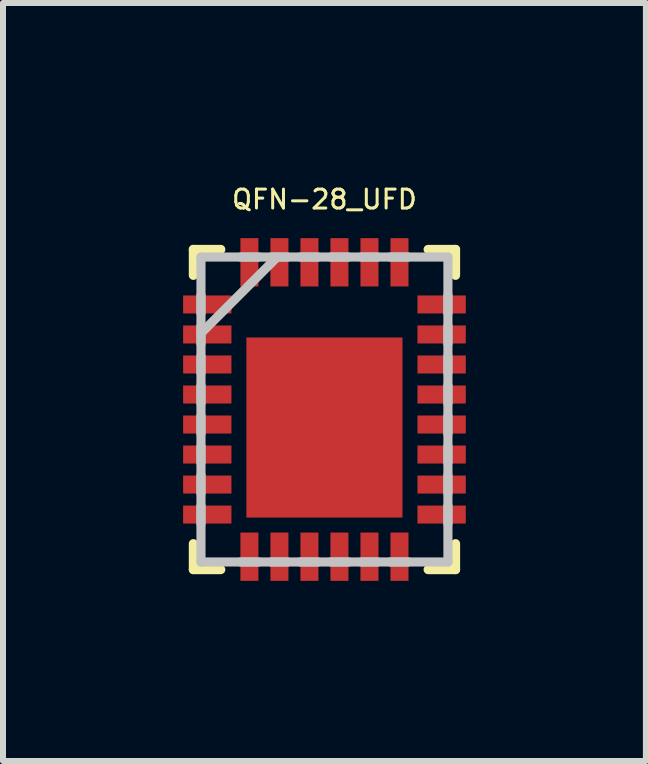
<source format=kicad_pcb>
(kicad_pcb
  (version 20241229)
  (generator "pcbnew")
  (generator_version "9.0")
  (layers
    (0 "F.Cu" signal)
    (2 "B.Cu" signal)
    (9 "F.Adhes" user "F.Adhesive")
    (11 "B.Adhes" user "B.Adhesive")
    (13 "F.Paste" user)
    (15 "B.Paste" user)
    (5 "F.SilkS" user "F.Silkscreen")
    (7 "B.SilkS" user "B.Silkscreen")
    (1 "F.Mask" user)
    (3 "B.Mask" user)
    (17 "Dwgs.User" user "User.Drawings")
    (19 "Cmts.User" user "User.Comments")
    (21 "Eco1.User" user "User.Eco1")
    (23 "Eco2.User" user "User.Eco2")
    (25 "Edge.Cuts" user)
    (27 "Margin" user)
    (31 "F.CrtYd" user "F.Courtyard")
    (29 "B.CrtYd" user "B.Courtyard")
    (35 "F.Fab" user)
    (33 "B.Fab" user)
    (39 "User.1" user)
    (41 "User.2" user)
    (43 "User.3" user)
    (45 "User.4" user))
  (footprint "QFN-28_UFD"
    (layer "F.Cu")
    (at 2.355 3.772)
    (property "Reference" "QFN-28_UFD" (at 0 -3.5 0) (layer "F.SilkS") (effects (font (size 0.315 0.315) (thickness 0.05))))
    (attr smd)
    (fp_line (start -2.184 -2.667) (end -2.184 -2.235) (stroke (width 0.152) (type solid)) (layer "F.SilkS"))
    (fp_line (start -2.184 2.235) (end -2.184 2.667) (stroke (width 0.152) (type solid)) (layer "F.SilkS"))
    (fp_line (start -2.184 2.667) (end -1.727 2.667) (stroke (width 0.152) (type solid)) (layer "F.SilkS"))
    (fp_line (start -1.727 -2.667) (end -2.184 -2.667) (stroke (width 0.152) (type solid)) (layer "F.SilkS"))
    (fp_line (start 1.727 2.667) (end 2.184 2.667) (stroke (width 0.152) (type solid)) (layer "F.SilkS"))
    (fp_line (start 2.184 -2.667) (end 1.727 -2.667) (stroke (width 0.152) (type solid)) (layer "F.SilkS"))
    (fp_line (start 2.184 -2.235) (end 2.184 -2.667) (stroke (width 0.152) (type solid)) (layer "F.SilkS"))
    (fp_line (start 2.184 2.667) (end 2.184 2.235) (stroke (width 0.152) (type solid)) (layer "F.SilkS"))
    (fp_poly (pts (xy -1.275 0) (xy 0.4 0) (xy 0.4 -1.175) (xy -1.275 -1.175)) (stroke (width 0.025) (type solid)) (fill yes) (layer "F.Paste"))
    (fp_poly (pts (xy -1.275 0.1) (xy -1.275 1.775) (xy -0.1 1.775) (xy -0.1 0.1)) (stroke (width 0.025) (type solid)) (fill yes) (layer "F.Paste"))
    (fp_poly (pts (xy -0.375 0) (xy 1.3 0) (xy 1.3 -1.175) (xy -0.375 -1.175)) (stroke (width 0.025) (type solid)) (fill yes) (layer "F.Paste"))
    (fp_poly (pts (xy 0.1 0.1) (xy 0.1 1.775) (xy 1.275 1.775) (xy 1.275 0.1)) (stroke (width 0.025) (type solid)) (fill yes) (layer "F.Paste"))
    (fp_line (start -2.057 -2.54) (end -2.057 2.54) (stroke (width 0.152) (type solid)) (layer "Dwgs.User"))
    (fp_line (start -2.057 -1.905) (end -2.057 -1.6) (stroke (width 0.152) (type solid)) (layer "Dwgs.User"))
    (fp_line (start -2.057 -1.397) (end -2.057 -1.092) (stroke (width 0.152) (type solid)) (layer "Dwgs.User"))
    (fp_line (start -2.057 -1.27) (end -0.787 -2.54) (stroke (width 0.152) (type solid)) (layer "Dwgs.User"))
    (fp_line (start -2.057 -0.889) (end -2.057 -0.61) (stroke (width 0.152) (type solid)) (layer "Dwgs.User"))
    (fp_line (start -2.057 -0.406) (end -2.057 -0.102) (stroke (width 0.152) (type solid)) (layer "Dwgs.User"))
    (fp_line (start -2.057 0.102) (end -2.057 0.406) (stroke (width 0.152) (type solid)) (layer "Dwgs.User"))
    (fp_line (start -2.057 0.61) (end -2.057 0.889) (stroke (width 0.152) (type solid)) (layer "Dwgs.User"))
    (fp_line (start -2.057 1.092) (end -2.057 1.397) (stroke (width 0.152) (type solid)) (layer "Dwgs.User"))
    (fp_line (start -2.057 1.6) (end -2.057 1.905) (stroke (width 0.152) (type solid)) (layer "Dwgs.User"))
    (fp_line (start -2.057 2.54) (end 2.057 2.54) (stroke (width 0.152) (type solid)) (layer "Dwgs.User"))
    (fp_line (start -1.397 2.54) (end -1.092 2.54) (stroke (width 0.152) (type solid)) (layer "Dwgs.User"))
    (fp_line (start -1.092 -2.54) (end -1.397 -2.54) (stroke (width 0.152) (type solid)) (layer "Dwgs.User"))
    (fp_line (start -0.889 2.54) (end -0.61 2.54) (stroke (width 0.152) (type solid)) (layer "Dwgs.User"))
    (fp_line (start -0.61 -2.54) (end -0.889 -2.54) (stroke (width 0.152) (type solid)) (layer "Dwgs.User"))
    (fp_line (start -0.406 2.54) (end -0.102 2.54) (stroke (width 0.152) (type solid)) (layer "Dwgs.User"))
    (fp_line (start -0.102 -2.54) (end -0.406 -2.54) (stroke (width 0.152) (type solid)) (layer "Dwgs.User"))
    (fp_line (start 0.102 2.54) (end 0.406 2.54) (stroke (width 0.152) (type solid)) (layer "Dwgs.User"))
    (fp_line (start 0.406 -2.54) (end 0.102 -2.54) (stroke (width 0.152) (type solid)) (layer "Dwgs.User"))
    (fp_line (start 0.61 2.54) (end 0.889 2.54) (stroke (width 0.152) (type solid)) (layer "Dwgs.User"))
    (fp_line (start 0.889 -2.54) (end 0.61 -2.54) (stroke (width 0.152) (type solid)) (layer "Dwgs.User"))
    (fp_line (start 1.092 2.54) (end 1.397 2.54) (stroke (width 0.152) (type solid)) (layer "Dwgs.User"))
    (fp_line (start 1.397 -2.54) (end 1.092 -2.54) (stroke (width 0.152) (type solid)) (layer "Dwgs.User"))
    (fp_line (start 2.057 -2.54) (end -2.057 -2.54) (stroke (width 0.152) (type solid)) (layer "Dwgs.User"))
    (fp_line (start 2.057 -1.6) (end 2.057 -1.905) (stroke (width 0.152) (type solid)) (layer "Dwgs.User"))
    (fp_line (start 2.057 -1.092) (end 2.057 -1.397) (stroke (width 0.152) (type solid)) (layer "Dwgs.User"))
    (fp_line (start 2.057 -0.61) (end 2.057 -0.889) (stroke (width 0.152) (type solid)) (layer "Dwgs.User"))
    (fp_line (start 2.057 -0.102) (end 2.057 -0.406) (stroke (width 0.152) (type solid)) (layer "Dwgs.User"))
    (fp_line (start 2.057 0.406) (end 2.057 0.102) (stroke (width 0.152) (type solid)) (layer "Dwgs.User"))
    (fp_line (start 2.057 0.889) (end 2.057 0.61) (stroke (width 0.152) (type solid)) (layer "Dwgs.User"))
    (fp_line (start 2.057 1.397) (end 2.057 1.092) (stroke (width 0.152) (type solid)) (layer "Dwgs.User"))
    (fp_line (start 2.057 1.905) (end 2.057 1.6) (stroke (width 0.152) (type solid)) (layer "Dwgs.User"))
    (fp_line (start 2.057 2.54) (end 2.057 -2.54) (stroke (width 0.152) (type solid)) (layer "Dwgs.User"))
    (pad "1" smd rect (at -1.952 -1.75 270) (size 0.3 0.805) (layers "F.Cu" "F.Mask" "F.Paste"))
    (pad "2" smd rect (at -1.952 -1.25 270) (size 0.3 0.805) (layers "F.Cu" "F.Mask" "F.Paste"))
    (pad "3" smd rect (at -1.952 -0.75 270) (size 0.3 0.805) (layers "F.Cu" "F.Mask" "F.Paste"))
    (pad "4" smd rect (at -1.952 -0.25 270) (size 0.3 0.805) (layers "F.Cu" "F.Mask" "F.Paste"))
    (pad "5" smd rect (at -1.952 0.25 270) (size 0.3 0.805) (layers "F.Cu" "F.Mask" "F.Paste"))
    (pad "6" smd rect (at -1.952 0.75 270) (size 0.3 0.805) (layers "F.Cu" "F.Mask" "F.Paste"))
    (pad "7" smd rect (at -1.952 1.25 270) (size 0.3 0.805) (layers "F.Cu" "F.Mask" "F.Paste"))
    (pad "8" smd rect (at -1.952 1.75 270) (size 0.3 0.805) (layers "F.Cu" "F.Mask" "F.Paste"))
    (pad "9" smd rect (at -1.25 2.452 180) (size 0.3 0.805) (layers "F.Cu" "F.Mask" "F.Paste"))
    (pad "10" smd rect (at -0.75 2.452 180) (size 0.3 0.805) (layers "F.Cu" "F.Mask" "F.Paste"))
    (pad "11" smd rect (at -0.25 2.452 180) (size 0.3 0.805) (layers "F.Cu" "F.Mask" "F.Paste"))
    (pad "12" smd rect (at 0.25 2.452 180) (size 0.3 0.805) (layers "F.Cu" "F.Mask" "F.Paste"))
    (pad "13" smd rect (at 0.75 2.452 180) (size 0.3 0.805) (layers "F.Cu" "F.Mask" "F.Paste"))
    (pad "14" smd rect (at 1.25 2.452 180) (size 0.3 0.805) (layers "F.Cu" "F.Mask" "F.Paste"))
    (pad "15" smd rect (at 1.952 1.75 270) (size 0.3 0.805) (layers "F.Cu" "F.Mask" "F.Paste"))
    (pad "16" smd rect (at 1.952 1.25 270) (size 0.3 0.805) (layers "F.Cu" "F.Mask" "F.Paste"))
    (pad "17" smd rect (at 1.952 0.75 270) (size 0.3 0.805) (layers "F.Cu" "F.Mask" "F.Paste"))
    (pad "18" smd rect (at 1.952 0.25 270) (size 0.3 0.805) (layers "F.Cu" "F.Mask" "F.Paste"))
    (pad "19" smd rect (at 1.952 -0.25 270) (size 0.3 0.805) (layers "F.Cu" "F.Mask" "F.Paste"))
    (pad "20" smd rect (at 1.952 -0.75 270) (size 0.3 0.805) (layers "F.Cu" "F.Mask" "F.Paste"))
    (pad "21" smd rect (at 1.952 -1.25 270) (size 0.3 0.805) (layers "F.Cu" "F.Mask" "F.Paste"))
    (pad "22" smd rect (at 1.952 -1.75 270) (size 0.3 0.805) (layers "F.Cu" "F.Mask" "F.Paste"))
    (pad "23" smd rect (at 1.25 -2.452 180) (size 0.3 0.805) (layers "F.Cu" "F.Mask" "F.Paste"))
    (pad "24" smd rect (at 0.75 -2.452 180) (size 0.3 0.805) (layers "F.Cu" "F.Mask" "F.Paste"))
    (pad "25" smd rect (at 0.25 -2.452 180) (size 0.3 0.805) (layers "F.Cu" "F.Mask" "F.Paste"))
    (pad "26" smd rect (at -0.25 -2.452 180) (size 0.3 0.805) (layers "F.Cu" "F.Mask" "F.Paste"))
    (pad "27" smd rect (at -0.75 -2.452 180) (size 0.3 0.805) (layers "F.Cu" "F.Mask" "F.Paste"))
    (pad "28" smd rect (at -1.25 -2.452 180) (size 0.3 0.805) (layers "F.Cu" "F.Mask" "F.Paste"))
    (pad "29" smd rect (at 0 0.3) (size 2.6 3) (layers "F.Cu" "F.Mask")))
  (gr_rect
    (start -3 -3)
    (end 7.71 9.627)
    (stroke (width 0.1) (type default))
    (fill no)
    (layer "Edge.Cuts")))
</source>
